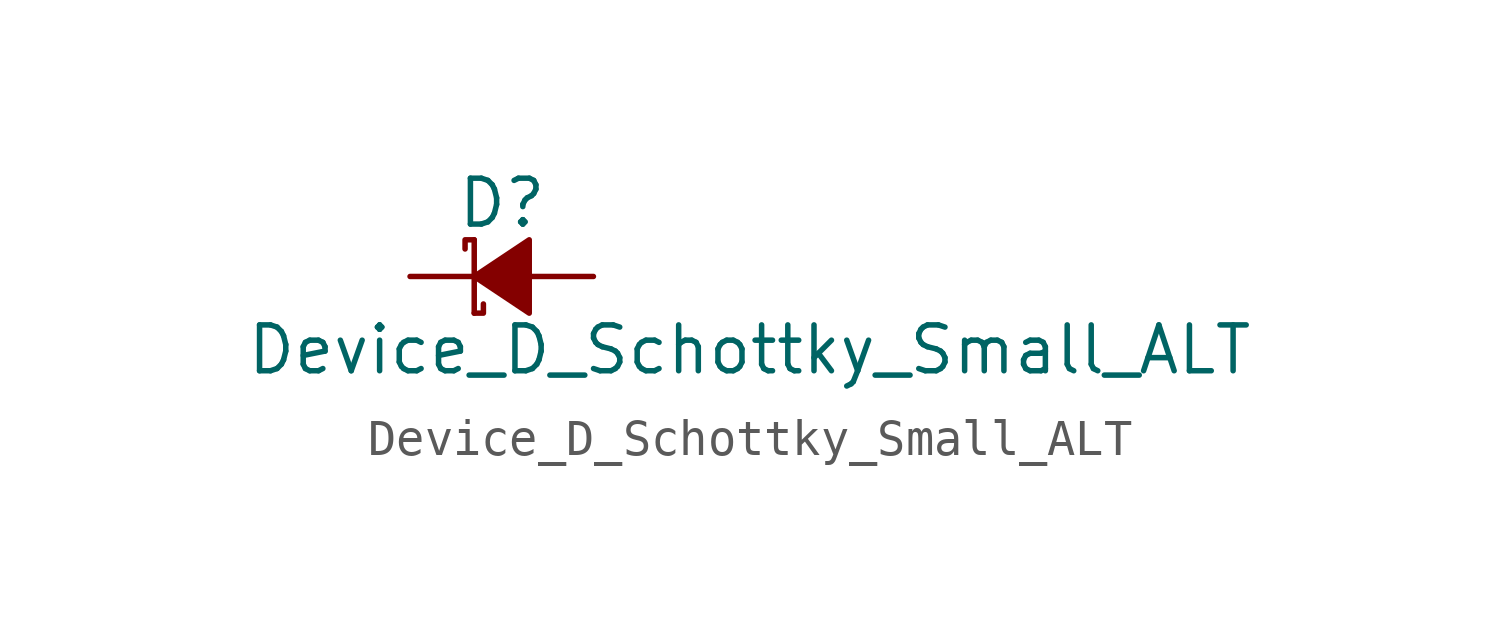
<source format=kicad_sym>
(kicad_symbol_lib
  (version 20231120)
  (generator "kicad_symbol_editor")
  (generator_version "8.0")
  (symbol "Device_D_Schottky_Small_ALT"
    (pin_numbers hide)
    (pin_names
      (offset 0.254) hide)
    (property "Reference" "D"
      (at -1.27 2.032 0)
      (effects (font (size 1.27 1.27)) (justify left)))
    (property "Value" "Device_D_Schottky_Small_ALT"
      (at -7.112 -2.032 0)
      (effects (font (size 1.27 1.27)) (justify left)))
    (symbol "Device_D_Schottky_Small_ALT_0_1"
      (polyline (pts (xy -0.762 -1.016) (xy -0.762 1.016)) (stroke (width 0) (type solid)) (fill (type none)))
      (polyline (pts (xy -0.762 0) (xy 0.762 0)) (stroke (width 0) (type solid)) (fill (type none)))
      (polyline (pts (xy -0.762 -1.016) (xy -0.508 -1.016) (xy -0.508 -0.762)) (stroke (width 0) (type solid)) (fill (type none)))
      (polyline (pts (xy -0.762 1.016) (xy -1.016 1.016) (xy -1.016 0.762)) (stroke (width 0) (type solid)) (fill (type none)))
      (polyline (pts (xy 0.762 -1.016) (xy -0.762 0) (xy 0.762 1.016) (xy 0.762 -1.016)) (stroke (width 0) (type solid)) (fill (type outline))))
    (symbol "Device_D_Schottky_Small_ALT_1_1"
      (pin passive line (at -2.54 0 0) (length 1.778) (name "K" (effects (font (size 1.27 1.27)))) (number "1" (effects (font (size 1.27 1.27)))))
      (pin passive line (at 2.54 0 180) (length 1.778) (name "A" (effects (font (size 1.27 1.27)))) (number "2" (effects (font (size 1.27 1.27))))))))
</source>
